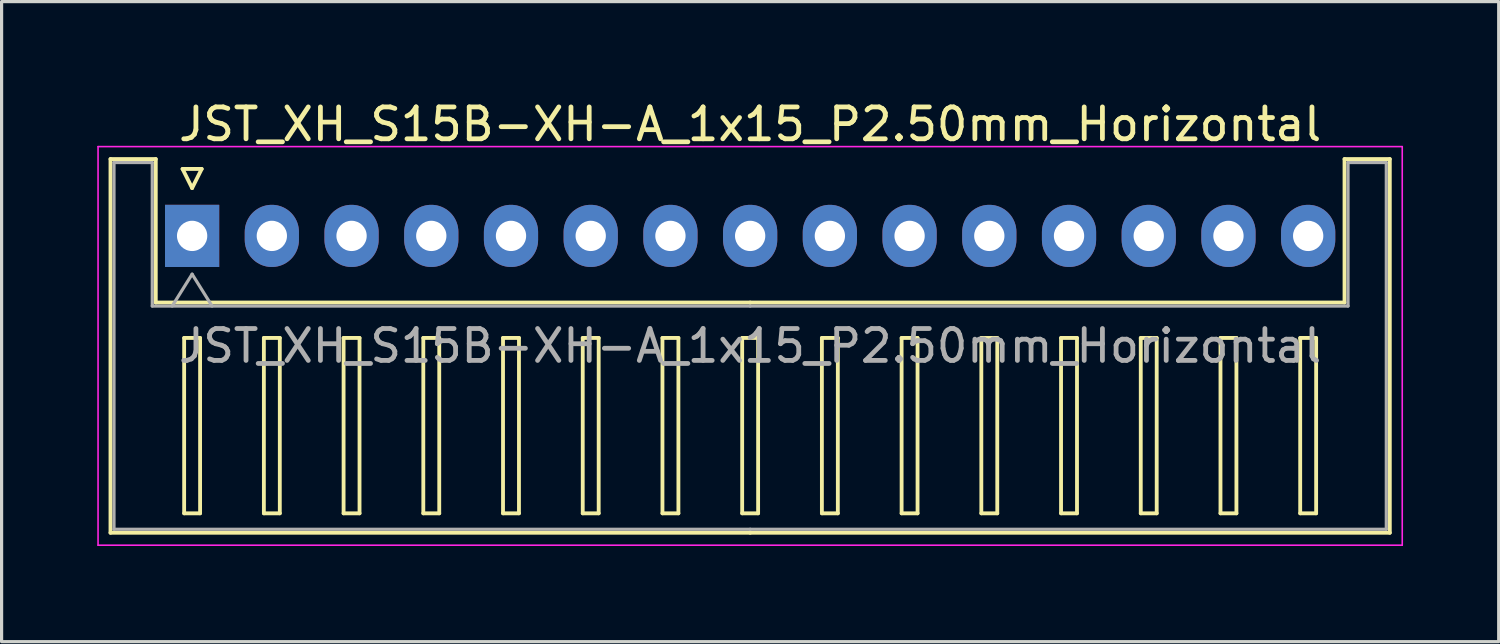
<source format=kicad_pcb>
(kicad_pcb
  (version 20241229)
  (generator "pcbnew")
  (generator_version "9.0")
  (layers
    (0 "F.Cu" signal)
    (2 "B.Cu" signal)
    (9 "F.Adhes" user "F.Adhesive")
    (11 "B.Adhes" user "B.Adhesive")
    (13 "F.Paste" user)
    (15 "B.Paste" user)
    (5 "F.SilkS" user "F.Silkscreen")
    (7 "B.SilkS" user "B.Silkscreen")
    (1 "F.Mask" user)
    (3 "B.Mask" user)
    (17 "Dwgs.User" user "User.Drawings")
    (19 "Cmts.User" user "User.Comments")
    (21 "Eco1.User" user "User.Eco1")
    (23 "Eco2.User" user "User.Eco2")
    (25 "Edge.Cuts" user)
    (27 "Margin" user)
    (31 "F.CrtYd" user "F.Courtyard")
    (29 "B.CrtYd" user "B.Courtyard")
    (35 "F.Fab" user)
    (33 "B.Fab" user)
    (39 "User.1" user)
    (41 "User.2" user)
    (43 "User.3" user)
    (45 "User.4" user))
  (footprint "JST_XH_S15B-XH-A_1x15_P2.50mm_Horizontal"
    (layer "F.Cu")
    (at 2.975 4.348)
    (property "Reference" "JST_XH_S15B-XH-A_1x15_P2.50mm_Horizontal" (at 17.5 -3.5 0) (layer "F.SilkS") (effects (font (size 1 1) (thickness 0.15))))
    (attr through_hole)
    (fp_line (start -2.56 -2.41) (end -1.14 -2.41) (stroke (width 0.12) (type solid)) (layer "F.SilkS"))
    (fp_line (start -2.56 9.31) (end -2.56 -2.41) (stroke (width 0.12) (type solid)) (layer "F.SilkS"))
    (fp_line (start -1.14 -2.41) (end -1.14 2.09) (stroke (width 0.12) (type solid)) (layer "F.SilkS"))
    (fp_line (start -1.14 2.09) (end 17.5 2.09) (stroke (width 0.12) (type solid)) (layer "F.SilkS"))
    (fp_line (start -0.3 -2.1) (end 0.3 -2.1) (stroke (width 0.12) (type solid)) (layer "F.SilkS"))
    (fp_line (start -0.25 3.2) (end -0.25 8.7) (stroke (width 0.12) (type solid)) (layer "F.SilkS"))
    (fp_line (start -0.25 8.7) (end 0.25 8.7) (stroke (width 0.12) (type solid)) (layer "F.SilkS"))
    (fp_line (start 0 -1.5) (end -0.3 -2.1) (stroke (width 0.12) (type solid)) (layer "F.SilkS"))
    (fp_line (start 0.25 3.2) (end -0.25 3.2) (stroke (width 0.12) (type solid)) (layer "F.SilkS"))
    (fp_line (start 0.25 8.7) (end 0.25 3.2) (stroke (width 0.12) (type solid)) (layer "F.SilkS"))
    (fp_line (start 0.3 -2.1) (end 0 -1.5) (stroke (width 0.12) (type solid)) (layer "F.SilkS"))
    (fp_line (start 2.25 3.2) (end 2.25 8.7) (stroke (width 0.12) (type solid)) (layer "F.SilkS"))
    (fp_line (start 2.25 8.7) (end 2.75 8.7) (stroke (width 0.12) (type solid)) (layer "F.SilkS"))
    (fp_line (start 2.75 3.2) (end 2.25 3.2) (stroke (width 0.12) (type solid)) (layer "F.SilkS"))
    (fp_line (start 2.75 8.7) (end 2.75 3.2) (stroke (width 0.12) (type solid)) (layer "F.SilkS"))
    (fp_line (start 4.75 3.2) (end 4.75 8.7) (stroke (width 0.12) (type solid)) (layer "F.SilkS"))
    (fp_line (start 4.75 8.7) (end 5.25 8.7) (stroke (width 0.12) (type solid)) (layer "F.SilkS"))
    (fp_line (start 5.25 3.2) (end 4.75 3.2) (stroke (width 0.12) (type solid)) (layer "F.SilkS"))
    (fp_line (start 5.25 8.7) (end 5.25 3.2) (stroke (width 0.12) (type solid)) (layer "F.SilkS"))
    (fp_line (start 7.25 3.2) (end 7.25 8.7) (stroke (width 0.12) (type solid)) (layer "F.SilkS"))
    (fp_line (start 7.25 8.7) (end 7.75 8.7) (stroke (width 0.12) (type solid)) (layer "F.SilkS"))
    (fp_line (start 7.75 3.2) (end 7.25 3.2) (stroke (width 0.12) (type solid)) (layer "F.SilkS"))
    (fp_line (start 7.75 8.7) (end 7.75 3.2) (stroke (width 0.12) (type solid)) (layer "F.SilkS"))
    (fp_line (start 9.75 3.2) (end 9.75 8.7) (stroke (width 0.12) (type solid)) (layer "F.SilkS"))
    (fp_line (start 9.75 8.7) (end 10.25 8.7) (stroke (width 0.12) (type solid)) (layer "F.SilkS"))
    (fp_line (start 10.25 3.2) (end 9.75 3.2) (stroke (width 0.12) (type solid)) (layer "F.SilkS"))
    (fp_line (start 10.25 8.7) (end 10.25 3.2) (stroke (width 0.12) (type solid)) (layer "F.SilkS"))
    (fp_line (start 12.25 3.2) (end 12.25 8.7) (stroke (width 0.12) (type solid)) (layer "F.SilkS"))
    (fp_line (start 12.25 8.7) (end 12.75 8.7) (stroke (width 0.12) (type solid)) (layer "F.SilkS"))
    (fp_line (start 12.75 3.2) (end 12.25 3.2) (stroke (width 0.12) (type solid)) (layer "F.SilkS"))
    (fp_line (start 12.75 8.7) (end 12.75 3.2) (stroke (width 0.12) (type solid)) (layer "F.SilkS"))
    (fp_line (start 14.75 3.2) (end 14.75 8.7) (stroke (width 0.12) (type solid)) (layer "F.SilkS"))
    (fp_line (start 14.75 8.7) (end 15.25 8.7) (stroke (width 0.12) (type solid)) (layer "F.SilkS"))
    (fp_line (start 15.25 3.2) (end 14.75 3.2) (stroke (width 0.12) (type solid)) (layer "F.SilkS"))
    (fp_line (start 15.25 8.7) (end 15.25 3.2) (stroke (width 0.12) (type solid)) (layer "F.SilkS"))
    (fp_line (start 17.25 3.2) (end 17.25 8.7) (stroke (width 0.12) (type solid)) (layer "F.SilkS"))
    (fp_line (start 17.25 8.7) (end 17.75 8.7) (stroke (width 0.12) (type solid)) (layer "F.SilkS"))
    (fp_line (start 17.5 9.31) (end -2.56 9.31) (stroke (width 0.12) (type solid)) (layer "F.SilkS"))
    (fp_line (start 17.5 9.31) (end 37.56 9.31) (stroke (width 0.12) (type solid)) (layer "F.SilkS"))
    (fp_line (start 17.75 3.2) (end 17.25 3.2) (stroke (width 0.12) (type solid)) (layer "F.SilkS"))
    (fp_line (start 17.75 8.7) (end 17.75 3.2) (stroke (width 0.12) (type solid)) (layer "F.SilkS"))
    (fp_line (start 19.75 3.2) (end 19.75 8.7) (stroke (width 0.12) (type solid)) (layer "F.SilkS"))
    (fp_line (start 19.75 8.7) (end 20.25 8.7) (stroke (width 0.12) (type solid)) (layer "F.SilkS"))
    (fp_line (start 20.25 3.2) (end 19.75 3.2) (stroke (width 0.12) (type solid)) (layer "F.SilkS"))
    (fp_line (start 20.25 8.7) (end 20.25 3.2) (stroke (width 0.12) (type solid)) (layer "F.SilkS"))
    (fp_line (start 22.25 3.2) (end 22.25 8.7) (stroke (width 0.12) (type solid)) (layer "F.SilkS"))
    (fp_line (start 22.25 8.7) (end 22.75 8.7) (stroke (width 0.12) (type solid)) (layer "F.SilkS"))
    (fp_line (start 22.75 3.2) (end 22.25 3.2) (stroke (width 0.12) (type solid)) (layer "F.SilkS"))
    (fp_line (start 22.75 8.7) (end 22.75 3.2) (stroke (width 0.12) (type solid)) (layer "F.SilkS"))
    (fp_line (start 24.75 3.2) (end 24.75 8.7) (stroke (width 0.12) (type solid)) (layer "F.SilkS"))
    (fp_line (start 24.75 8.7) (end 25.25 8.7) (stroke (width 0.12) (type solid)) (layer "F.SilkS"))
    (fp_line (start 25.25 3.2) (end 24.75 3.2) (stroke (width 0.12) (type solid)) (layer "F.SilkS"))
    (fp_line (start 25.25 8.7) (end 25.25 3.2) (stroke (width 0.12) (type solid)) (layer "F.SilkS"))
    (fp_line (start 27.25 3.2) (end 27.25 8.7) (stroke (width 0.12) (type solid)) (layer "F.SilkS"))
    (fp_line (start 27.25 8.7) (end 27.75 8.7) (stroke (width 0.12) (type solid)) (layer "F.SilkS"))
    (fp_line (start 27.75 3.2) (end 27.25 3.2) (stroke (width 0.12) (type solid)) (layer "F.SilkS"))
    (fp_line (start 27.75 8.7) (end 27.75 3.2) (stroke (width 0.12) (type solid)) (layer "F.SilkS"))
    (fp_line (start 29.75 3.2) (end 29.75 8.7) (stroke (width 0.12) (type solid)) (layer "F.SilkS"))
    (fp_line (start 29.75 8.7) (end 30.25 8.7) (stroke (width 0.12) (type solid)) (layer "F.SilkS"))
    (fp_line (start 30.25 3.2) (end 29.75 3.2) (stroke (width 0.12) (type solid)) (layer "F.SilkS"))
    (fp_line (start 30.25 8.7) (end 30.25 3.2) (stroke (width 0.12) (type solid)) (layer "F.SilkS"))
    (fp_line (start 32.25 3.2) (end 32.25 8.7) (stroke (width 0.12) (type solid)) (layer "F.SilkS"))
    (fp_line (start 32.25 8.7) (end 32.75 8.7) (stroke (width 0.12) (type solid)) (layer "F.SilkS"))
    (fp_line (start 32.75 3.2) (end 32.25 3.2) (stroke (width 0.12) (type solid)) (layer "F.SilkS"))
    (fp_line (start 32.75 8.7) (end 32.75 3.2) (stroke (width 0.12) (type solid)) (layer "F.SilkS"))
    (fp_line (start 34.75 3.2) (end 34.75 8.7) (stroke (width 0.12) (type solid)) (layer "F.SilkS"))
    (fp_line (start 34.75 8.7) (end 35.25 8.7) (stroke (width 0.12) (type solid)) (layer "F.SilkS"))
    (fp_line (start 35.25 3.2) (end 34.75 3.2) (stroke (width 0.12) (type solid)) (layer "F.SilkS"))
    (fp_line (start 35.25 8.7) (end 35.25 3.2) (stroke (width 0.12) (type solid)) (layer "F.SilkS"))
    (fp_line (start 36.14 -2.41) (end 36.14 2.09) (stroke (width 0.12) (type solid)) (layer "F.SilkS"))
    (fp_line (start 36.14 2.09) (end 17.5 2.09) (stroke (width 0.12) (type solid)) (layer "F.SilkS"))
    (fp_line (start 37.56 -2.41) (end 36.14 -2.41) (stroke (width 0.12) (type solid)) (layer "F.SilkS"))
    (fp_line (start 37.56 9.31) (end 37.56 -2.41) (stroke (width 0.12) (type solid)) (layer "F.SilkS"))
    (fp_line (start -2.95 -2.8) (end -2.95 9.7) (stroke (width 0.05) (type solid)) (layer "F.CrtYd"))
    (fp_line (start -2.95 9.7) (end 37.95 9.7) (stroke (width 0.05) (type solid)) (layer "F.CrtYd"))
    (fp_line (start 37.95 -2.8) (end -2.95 -2.8) (stroke (width 0.05) (type solid)) (layer "F.CrtYd"))
    (fp_line (start 37.95 9.7) (end 37.95 -2.8) (stroke (width 0.05) (type solid)) (layer "F.CrtYd"))
    (fp_line (start -2.45 -2.3) (end -1.25 -2.3) (stroke (width 0.1) (type solid)) (layer "F.Fab"))
    (fp_line (start -2.45 9.2) (end -2.45 -2.3) (stroke (width 0.1) (type solid)) (layer "F.Fab"))
    (fp_line (start -1.25 -2.3) (end -1.25 2.2) (stroke (width 0.1) (type solid)) (layer "F.Fab"))
    (fp_line (start -1.25 2.2) (end 17.5 2.2) (stroke (width 0.1) (type solid)) (layer "F.Fab"))
    (fp_line (start -0.625 2.2) (end 0 1.2) (stroke (width 0.1) (type solid)) (layer "F.Fab"))
    (fp_line (start 0 1.2) (end 0.625 2.2) (stroke (width 0.1) (type solid)) (layer "F.Fab"))
    (fp_line (start 17.5 9.2) (end -2.45 9.2) (stroke (width 0.1) (type solid)) (layer "F.Fab"))
    (fp_line (start 17.5 9.2) (end 37.45 9.2) (stroke (width 0.1) (type solid)) (layer "F.Fab"))
    (fp_line (start 36.25 -2.3) (end 36.25 2.2) (stroke (width 0.1) (type solid)) (layer "F.Fab"))
    (fp_line (start 36.25 2.2) (end 17.5 2.2) (stroke (width 0.1) (type solid)) (layer "F.Fab"))
    (fp_line (start 37.45 -2.3) (end 36.25 -2.3) (stroke (width 0.1) (type solid)) (layer "F.Fab"))
    (fp_line (start 37.45 9.2) (end 37.45 -2.3) (stroke (width 0.1) (type solid)) (layer "F.Fab"))
    (fp_text user "${REFERENCE}" (at 17.5 3.45 0) (layer "F.Fab") (effects (font (size 1 1) (thickness 0.15))))
    (pad "1" thru_hole rect (at 0 0) (size 1.7 1.95) (drill 0.95) (layers "*.Cu" "*.Mask"))
    (pad "2" thru_hole oval (at 2.5 0) (size 1.7 1.95) (drill 0.95) (layers "*.Cu" "*.Mask"))
    (pad "3" thru_hole oval (at 5 0) (size 1.7 1.95) (drill 0.95) (layers "*.Cu" "*.Mask"))
    (pad "4" thru_hole oval (at 7.5 0) (size 1.7 1.95) (drill 0.95) (layers "*.Cu" "*.Mask"))
    (pad "5" thru_hole oval (at 10 0) (size 1.7 1.95) (drill 0.95) (layers "*.Cu" "*.Mask"))
    (pad "6" thru_hole oval (at 12.5 0) (size 1.7 1.95) (drill 0.95) (layers "*.Cu" "*.Mask"))
    (pad "7" thru_hole oval (at 15 0) (size 1.7 1.95) (drill 0.95) (layers "*.Cu" "*.Mask"))
    (pad "8" thru_hole oval (at 17.5 0) (size 1.7 1.95) (drill 0.95) (layers "*.Cu" "*.Mask"))
    (pad "9" thru_hole oval (at 20 0) (size 1.7 1.95) (drill 0.95) (layers "*.Cu" "*.Mask"))
    (pad "10" thru_hole oval (at 22.5 0) (size 1.7 1.95) (drill 0.95) (layers "*.Cu" "*.Mask"))
    (pad "11" thru_hole oval (at 25 0) (size 1.7 1.95) (drill 0.95) (layers "*.Cu" "*.Mask"))
    (pad "12" thru_hole oval (at 27.5 0) (size 1.7 1.95) (drill 0.95) (layers "*.Cu" "*.Mask"))
    (pad "13" thru_hole oval (at 30 0) (size 1.7 1.95) (drill 0.95) (layers "*.Cu" "*.Mask"))
    (pad "14" thru_hole oval (at 32.5 0) (size 1.7 1.95) (drill 0.95) (layers "*.Cu" "*.Mask"))
    (pad "15" thru_hole oval (at 35 0) (size 1.7 1.95) (drill 0.95) (layers "*.Cu" "*.Mask")))
  (gr_rect
    (start -3 -3)
    (end 43.95 17.073)
    (stroke (width 0.1) (type default))
    (fill no)
    (layer "Edge.Cuts")))
</source>
